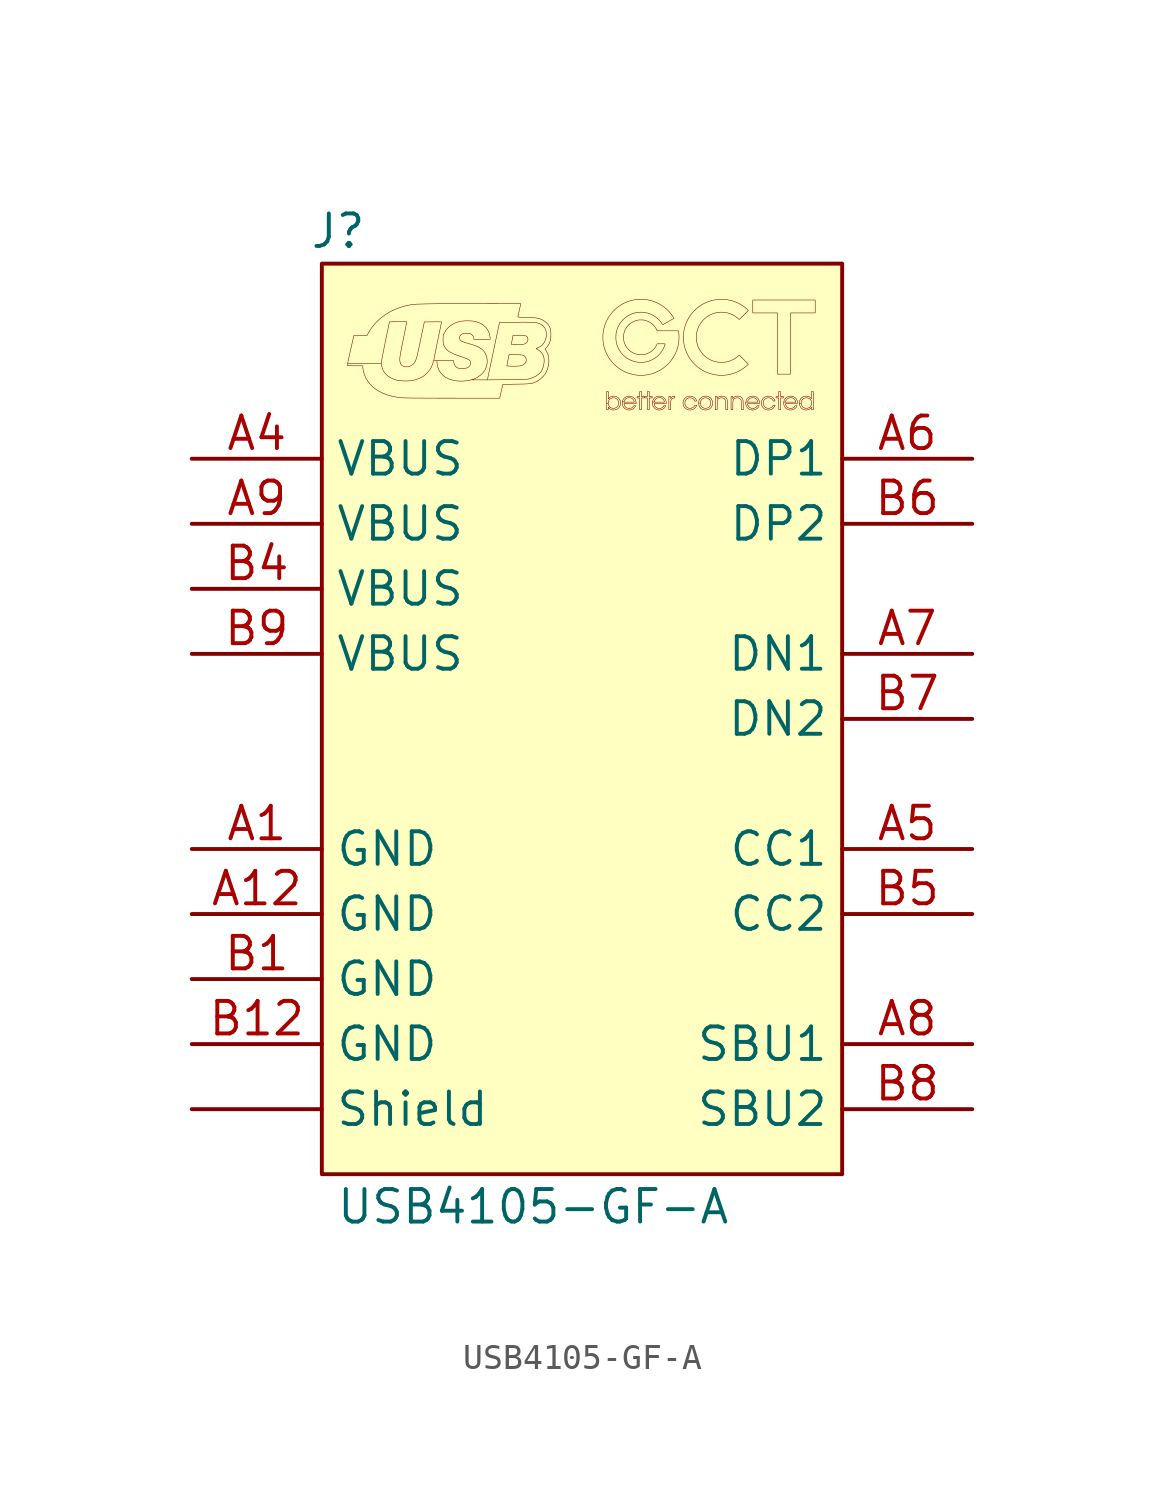
<source format=kicad_sym>
(kicad_symbol_lib
  (version 20241209)
  (generator "kicad_symbol_editor")
  (generator_version "9.0")
  (symbol "USB4105-GF-A"
    (property "Reference" "J"
      (at 0.635 36.83 0)
      (effects (font (size 1.27 1.27))))
    (property "Value" "USB4105-GF-A"
      (at 8.255 -1.27 0)
      (effects (font (size 1.27 1.27))))
    (symbol "USB4105-GF-A_0_0"
      (polyline (pts (xy 6.985 30.48) (xy 6.998 30.537) (xy 7.017 30.62) (xy 7.034 30.695) (xy 7.046 30.75) (xy 7.067 30.843) (xy 7.597 30.853) (xy 7.645 30.853) (xy 7.789 30.856) (xy 7.907 30.859) (xy 8.003 30.863) (xy 8.081 30.869) (xy 8.145 30.876) (xy 8.199 30.885) (xy 8.247 30.898) (xy 8.293 30.914) (xy 8.341 30.934) (xy 8.395 30.959) (xy 8.467 31.001) (xy 8.556 31.07) (xy 8.641 31.152) (xy 8.714 31.24) (xy 8.765 31.325) (xy 8.822 31.468) (xy 8.856 31.616) (xy 8.868 31.763) (xy 8.858 31.903) (xy 8.824 32.031) (xy 8.768 32.143) (xy 8.715 32.224) (xy 8.777 32.288) (xy 8.82 32.339) (xy 8.882 32.437) (xy 8.922 32.548) (xy 8.942 32.677) (xy 8.945 32.827) (xy 8.942 32.875) (xy 8.937 32.945) (xy 8.929 32.998) (xy 8.915 33.043) (xy 8.896 33.088) (xy 8.868 33.137) (xy 8.802 33.221) (xy 8.72 33.296) (xy 8.634 33.353) (xy 8.605 33.367) (xy 8.545 33.394) (xy 8.485 33.414) (xy 8.421 33.43) (xy 8.345 33.441) (xy 8.255 33.449) (xy 8.143 33.454) (xy 8.005 33.458) (xy 7.955 33.459) (xy 7.852 33.461) (xy 7.775 33.464) (xy 7.721 33.467) (xy 7.685 33.471) (xy 7.665 33.476) (xy 7.657 33.482) (xy 7.657 33.491) (xy 7.658 33.497) (xy 7.666 33.532) (xy 7.679 33.589) (xy 7.695 33.661) (xy 7.713 33.743) (xy 7.721 33.778) (xy 7.738 33.856) (xy 7.753 33.922) (xy 7.763 33.969) (xy 7.769 33.992) (xy 7.765 33.993) (xy 7.735 33.997) (xy 7.676 33.999) (xy 7.593 34.002) (xy 7.485 34.004) (xy 7.356 34.005) (xy 7.209 34.007) (xy 7.044 34.007) (xy 6.865 34.008) (xy 6.673 34.008) (xy 6.47 34.008) (xy 6.26 34.007) (xy 6.043 34.007) (xy 5.823 34.006) (xy 5.602 34.004) (xy 5.38 34.003) (xy 5.162 34.001) (xy 4.949 33.999) (xy 4.743 33.997) (xy 4.546 33.994) (xy 4.361 33.991) (xy 4.189 33.989) (xy 4.034 33.986) (xy 3.896 33.982) (xy 3.779 33.979) (xy 3.684 33.975) (xy 3.614 33.972) (xy 3.571 33.968) (xy 3.459 33.951) (xy 3.193 33.892) (xy 2.94 33.808) (xy 2.703 33.701) (xy 2.484 33.572) (xy 2.284 33.421) (xy 2.106 33.251) (xy 1.95 33.062) (xy 1.819 32.856) (xy 1.766 32.759) (xy 1.508 32.755) (xy 1.25 32.75) (xy 1.121 32.18) (xy 1.119 32.169) (xy 1.09 32.04) (xy 1.063 31.921) (xy 1.04 31.815) (xy 1.02 31.725) (xy 1.008 31.669) (xy 2.32 31.669) (xy 2.32 31.673) (xy 2.325 31.706) (xy 2.335 31.767) (xy 2.35 31.851) (xy 2.369 31.955) (xy 2.393 32.077) (xy 2.42 32.212) (xy 2.449 32.358) (xy 2.48 32.512) (xy 2.641 33.289) (xy 2.981 33.29) (xy 3.321 33.29) (xy 3.313 33.254) (xy 3.311 33.244) (xy 3.303 33.205) (xy 3.289 33.14) (xy 3.272 33.054) (xy 3.25 32.949) (xy 3.226 32.828) (xy 3.199 32.696) (xy 3.171 32.555) (xy 3.147 32.438) (xy 3.118 32.293) (xy 3.095 32.174) (xy 3.077 32.076) (xy 3.063 31.998) (xy 3.054 31.935) (xy 3.047 31.885) (xy 3.044 31.845) (xy 3.044 31.812) (xy 3.045 31.782) (xy 3.049 31.745) (xy 3.073 31.657) (xy 3.116 31.593) (xy 3.18 31.55) (xy 3.266 31.529) (xy 3.281 31.528) (xy 3.381 31.532) (xy 3.471 31.564) (xy 3.555 31.626) (xy 3.561 31.631) (xy 3.589 31.66) (xy 3.615 31.691) (xy 3.638 31.726) (xy 3.659 31.768) (xy 3.679 31.821) (xy 3.7 31.887) (xy 3.723 31.969) (xy 3.747 32.07) (xy 3.774 32.193) (xy 3.806 32.34) (xy 3.843 32.516) (xy 3.855 32.578) (xy 3.884 32.714) (xy 3.91 32.842) (xy 3.934 32.957) (xy 3.955 33.056) (xy 3.971 33.135) (xy 3.983 33.191) (xy 3.989 33.219) (xy 4.002 33.282) (xy 4.343 33.286) (xy 4.41 33.287) (xy 4.506 33.288) (xy 4.575 33.287) (xy 4.623 33.286) (xy 4.654 33.283) (xy 4.67 33.278) (xy 4.676 33.272) (xy 4.675 33.263) (xy 4.673 33.259) (xy 4.666 33.227) (xy 4.653 33.169) (xy 4.636 33.09) (xy 4.616 32.992) (xy 4.592 32.881) (xy 4.567 32.76) (xy 4.541 32.634) (xy 4.515 32.505) (xy 4.489 32.379) (xy 4.465 32.259) (xy 4.442 32.149) (xy 4.423 32.053) (xy 4.408 31.976) (xy 4.398 31.92) (xy 4.393 31.891) (xy 4.386 31.85) (xy 4.367 31.773) (xy 4.493 31.773) (xy 4.819 31.773) (xy 5.146 31.773) (xy 5.156 31.697) (xy 5.173 31.622) (xy 5.216 31.548) (xy 5.28 31.496) (xy 5.367 31.466) (xy 5.476 31.456) (xy 5.485 31.456) (xy 5.595 31.467) (xy 5.684 31.495) (xy 5.751 31.538) (xy 5.792 31.596) (xy 5.806 31.666) (xy 5.806 31.676) (xy 5.801 31.723) (xy 5.79 31.758) (xy 5.782 31.77) (xy 5.75 31.799) (xy 5.697 31.83) (xy 5.622 31.863) (xy 5.521 31.901) (xy 5.392 31.945) (xy 5.286 31.981) (xy 5.149 32.034) (xy 5.037 32.087) (xy 4.947 32.144) (xy 4.876 32.205) (xy 4.82 32.274) (xy 4.776 32.352) (xy 4.765 32.375) (xy 4.75 32.417) (xy 4.741 32.462) (xy 4.736 32.518) (xy 4.735 32.595) (xy 4.735 32.607) (xy 4.736 32.677) (xy 4.74 32.728) (xy 4.75 32.77) (xy 4.767 32.814) (xy 4.794 32.871) (xy 4.854 32.969) (xy 4.952 33.08) (xy 5.073 33.173) (xy 5.216 33.247) (xy 5.377 33.3) (xy 5.378 33.3) (xy 5.464 33.315) (xy 5.571 33.324) (xy 5.687 33.327) (xy 5.804 33.324) (xy 5.91 33.315) (xy 5.996 33.3) (xy 6.029 33.292) (xy 6.174 33.238) (xy 6.299 33.163) (xy 6.404 33.071) (xy 6.484 32.962) (xy 6.539 32.841) (xy 6.567 32.707) (xy 6.577 32.602) (xy 6.254 32.602) (xy 5.931 32.602) (xy 5.931 32.645) (xy 5.927 32.68) (xy 5.897 32.746) (xy 5.839 32.801) (xy 5.815 32.815) (xy 5.779 32.828) (xy 5.732 32.835) (xy 5.664 32.836) (xy 5.657 32.836) (xy 5.592 32.834) (xy 5.535 32.828) (xy 5.498 32.82) (xy 5.433 32.782) (xy 5.391 32.733) (xy 5.373 32.676) (xy 5.379 32.619) (xy 5.41 32.566) (xy 5.468 32.525) (xy 5.478 32.52) (xy 5.526 32.502) (xy 5.593 32.48) (xy 5.673 32.455) (xy 5.759 32.429) (xy 5.796 32.419) (xy 5.943 32.373) (xy 6.063 32.326) (xy 6.161 32.278) (xy 6.24 32.225) (xy 6.304 32.166) (xy 6.358 32.098) (xy 6.383 32.058) (xy 6.434 31.939) (xy 6.458 31.81) (xy 6.457 31.677) (xy 6.429 31.545) (xy 6.376 31.419) (xy 6.298 31.303) (xy 6.203 31.209) (xy 6.074 31.118) (xy 5.926 31.048) (xy 5.832 31.021) (xy 6.466 31.021) (xy 6.527 31.315) (xy 6.53 31.328) (xy 6.547 31.408) (xy 6.569 31.513) (xy 6.596 31.639) (xy 6.626 31.782) (xy 6.659 31.937) (xy 6.693 32.102) (xy 6.729 32.27) (xy 6.764 32.438) (xy 6.94 33.266) (xy 7.612 33.27) (xy 7.702 33.271) (xy 7.867 33.272) (xy 8.005 33.271) (xy 8.12 33.27) (xy 8.215 33.267) (xy 8.292 33.262) (xy 8.355 33.255) (xy 8.408 33.246) (xy 8.452 33.234) (xy 8.492 33.219) (xy 8.531 33.2) (xy 8.571 33.178) (xy 8.639 33.128) (xy 8.707 33.047) (xy 8.751 32.947) (xy 8.771 32.834) (xy 8.764 32.711) (xy 8.76 32.687) (xy 8.723 32.556) (xy 8.662 32.446) (xy 8.578 32.356) (xy 8.47 32.288) (xy 8.369 32.238) (xy 8.445 32.194) (xy 8.463 32.183) (xy 8.547 32.117) (xy 8.614 32.035) (xy 8.658 31.949) (xy 8.68 31.846) (xy 8.682 31.727) (xy 8.666 31.604) (xy 8.632 31.484) (xy 8.583 31.377) (xy 8.558 31.339) (xy 8.476 31.251) (xy 8.37 31.173) (xy 8.244 31.108) (xy 8.102 31.06) (xy 8.099 31.059) (xy 8.072 31.053) (xy 8.039 31.048) (xy 7.997 31.044) (xy 7.945 31.04) (xy 7.878 31.037) (xy 7.795 31.035) (xy 7.691 31.032) (xy 7.565 31.03) (xy 7.414 31.029) (xy 7.234 31.027) (xy 6.466 31.021) (xy 5.832 31.021) (xy 5.762 31.001) (xy 5.661 30.984) (xy 5.481 30.97) (xy 5.303 30.977) (xy 5.133 31.003) (xy 4.977 31.048) (xy 4.841 31.112) (xy 4.793 31.144) (xy 4.706 31.221) (xy 4.629 31.311) (xy 4.572 31.405) (xy 4.546 31.469) (xy 4.519 31.561) (xy 4.5 31.656) (xy 4.493 31.738) (xy 4.493 31.773) (xy 4.367 31.773) (xy 4.361 31.749) (xy 4.327 31.642) (xy 4.287 31.542) (xy 4.245 31.46) (xy 4.218 31.419) (xy 4.142 31.323) (xy 4.055 31.234) (xy 3.966 31.162) (xy 3.939 31.145) (xy 3.854 31.101) (xy 3.753 31.059) (xy 3.647 31.024) (xy 3.545 30.999) (xy 3.497 30.991) (xy 3.392 30.982) (xy 3.275 30.978) (xy 3.155 30.98) (xy 3.044 30.988) (xy 2.953 31.002) (xy 2.836 31.035) (xy 2.705 31.092) (xy 2.589 31.166) (xy 2.491 31.252) (xy 2.419 31.348) (xy 2.418 31.349) (xy 2.381 31.425) (xy 2.35 31.512) (xy 2.328 31.597) (xy 2.32 31.669) (xy 1.008 31.669) (xy 1.005 31.655) (xy 0.996 31.609) (xy 0.992 31.59) (xy 0.995 31.585) (xy 1.011 31.579) (xy 1.047 31.575) (xy 1.104 31.572) (xy 1.186 31.571) (xy 1.297 31.57) (xy 1.601 31.57) (xy 1.601 31.51) (xy 1.606 31.453) (xy 1.623 31.366) (xy 1.65 31.27) (xy 1.683 31.175) (xy 1.72 31.09) (xy 1.757 31.024) (xy 1.865 30.872) (xy 1.998 30.736) (xy 2.156 30.618) (xy 2.339 30.518) (xy 2.545 30.436) (xy 2.773 30.373) (xy 3.024 30.329) (xy 3.038 30.327) (xy 3.073 30.324) (xy 3.119 30.321) (xy 3.178 30.319) (xy 3.249 30.316) (xy 3.336 30.314) (xy 3.44 30.312) (xy 3.562 30.311) (xy 3.704 30.31) (xy 3.868 30.309) (xy 4.054 30.308) (xy 4.266 30.307) (xy 4.504 30.306) (xy 4.77 30.306) (xy 5.066 30.306) (xy 6.945 30.304) (xy 6.985 30.48)) (stroke (width 0.01) (type default)) (fill (type color) (color 0 0 0 1)))
      (polyline (pts (xy 7.525 31.554) (xy 7.606 31.556) (xy 7.68 31.56) (xy 7.742 31.565) (xy 7.786 31.573) (xy 7.812 31.581) (xy 7.874 31.613) (xy 7.927 31.657) (xy 7.965 31.705) (xy 7.98 31.752) (xy 7.979 31.828) (xy 7.964 31.89) (xy 7.932 31.936) (xy 7.881 31.972) (xy 7.876 31.974) (xy 7.847 31.984) (xy 7.808 31.992) (xy 7.752 31.997) (xy 7.674 32.002) (xy 7.571 32.005) (xy 7.312 32.011) (xy 7.27 31.802) (xy 7.266 31.783) (xy 7.251 31.707) (xy 7.239 31.642) (xy 7.231 31.596) (xy 7.228 31.574) (xy 7.23 31.571) (xy 7.255 31.564) (xy 7.303 31.559) (xy 7.367 31.556) (xy 7.444 31.554) (xy 7.525 31.554)) (stroke (width 0.01) (type default)) (fill (type color) (color 0 0 0 1)))
      (polyline (pts (xy 7.659 32.4) (xy 7.734 32.402) (xy 7.803 32.405) (xy 7.857 32.41) (xy 7.893 32.416) (xy 7.935 32.431) (xy 7.998 32.474) (xy 8.037 32.531) (xy 8.051 32.598) (xy 8.036 32.669) (xy 8.03 32.681) (xy 8.011 32.709) (xy 7.983 32.73) (xy 7.941 32.744) (xy 7.881 32.753) (xy 7.798 32.757) (xy 7.689 32.758) (xy 7.467 32.758) (xy 7.434 32.59) (xy 7.423 32.533) (xy 7.411 32.473) (xy 7.403 32.43) (xy 7.4 32.41) (xy 7.4 32.41) (xy 7.415 32.405) (xy 7.455 32.401) (xy 7.513 32.399) (xy 7.583 32.399) (xy 7.659 32.4)) (stroke (width 0.01) (type default)) (fill (type color) (color 0 0 0 1)))
      (polyline (pts (xy 11.43 29.845) (xy 11.472 29.853) (xy 11.512 29.867) (xy 11.547 29.886) (xy 11.581 29.913) (xy 11.61 29.946) (xy 11.632 29.983) (xy 11.649 30.024) (xy 11.659 30.066) (xy 11.663 30.11) (xy 11.661 30.153) (xy 11.652 30.196) (xy 11.637 30.237) (xy 11.615 30.275) (xy 11.586 30.309) (xy 11.566 30.328) (xy 11.53 30.353) (xy 11.49 30.371) (xy 11.447 30.382) (xy 11.399 30.385) (xy 11.397 30.385) (xy 11.351 30.381) (xy 11.309 30.37) (xy 11.27 30.352) (xy 11.235 30.325) (xy 11.202 30.291) (xy 11.186 30.272) (xy 11.186 30.419) (xy 11.186 30.566) (xy 11.152 30.566) (xy 11.118 30.566) (xy 11.118 30.21) (xy 11.118 30.103) (xy 11.184 30.103) (xy 11.186 30.144) (xy 11.192 30.175) (xy 11.203 30.205) (xy 11.219 30.233) (xy 11.242 30.26) (xy 11.245 30.263) (xy 11.276 30.288) (xy 11.309 30.306) (xy 11.347 30.317) (xy 11.389 30.32) (xy 11.405 30.32) (xy 11.445 30.313) (xy 11.481 30.299) (xy 11.513 30.279) (xy 11.541 30.253) (xy 11.563 30.223) (xy 11.579 30.189) (xy 11.589 30.151) (xy 11.592 30.111) (xy 11.587 30.07) (xy 11.581 30.047) (xy 11.565 30.011) (xy 11.542 29.978) (xy 11.514 29.951) (xy 11.48 29.93) (xy 11.443 29.916) (xy 11.443 29.916) (xy 11.414 29.911) (xy 11.381 29.91) (xy 11.349 29.913) (xy 11.32 29.92) (xy 11.315 29.922) (xy 11.279 29.939) (xy 11.248 29.963) (xy 11.222 29.992) (xy 11.203 30.026) (xy 11.19 30.063) (xy 11.184 30.103) (xy 11.118 30.103) (xy 11.118 29.854) (xy 11.151 29.855) (xy 11.184 29.857) (xy 11.185 29.907) (xy 11.186 29.957) (xy 11.204 29.932) (xy 11.22 29.914) (xy 11.251 29.887) (xy 11.288 29.866) (xy 11.331 29.85) (xy 11.348 29.846) (xy 11.388 29.843) (xy 11.43 29.845)) (stroke (width 0.01) (type default)) (fill (type color) (color 0 0 0 1)))
      (polyline (pts (xy 12.029 29.845) (xy 12.059 29.849) (xy 12.085 29.855) (xy 12.121 29.869) (xy 12.161 29.892) (xy 12.195 29.922) (xy 12.207 29.935) (xy 12.22 29.952) (xy 12.233 29.969) (xy 12.243 29.985) (xy 12.25 29.997) (xy 12.252 30.006) (xy 12.252 30.007) (xy 12.247 30.009) (xy 12.236 30.011) (xy 12.217 30.011) (xy 12.181 30.011) (xy 12.171 29.993) (xy 12.17 29.991) (xy 12.156 29.974) (xy 12.139 29.955) (xy 12.12 29.939) (xy 12.102 29.927) (xy 12.069 29.914) (xy 12.029 29.906) (xy 11.989 29.905) (xy 11.948 29.912) (xy 11.911 29.925) (xy 11.903 29.929) (xy 11.883 29.943) (xy 11.863 29.96) (xy 11.844 29.978) (xy 11.831 29.995) (xy 11.829 29.998) (xy 11.819 30.018) (xy 11.811 30.04) (xy 11.806 30.061) (xy 11.804 30.079) (xy 11.804 30.096) (xy 12.039 30.096) (xy 12.274 30.096) (xy 12.274 30.122) (xy 12.274 30.124) (xy 12.269 30.168) (xy 12.257 30.211) (xy 12.238 30.252) (xy 12.213 30.288) (xy 12.183 30.32) (xy 12.148 30.347) (xy 12.109 30.366) (xy 12.07 30.379) (xy 12.023 30.386) (xy 11.976 30.386) (xy 11.931 30.378) (xy 11.887 30.361) (xy 11.847 30.337) (xy 11.81 30.306) (xy 11.785 30.278) (xy 11.761 30.242) (xy 11.745 30.203) (xy 11.735 30.161) (xy 11.804 30.161) (xy 11.804 30.167) (xy 11.808 30.182) (xy 11.814 30.201) (xy 11.822 30.219) (xy 11.83 30.234) (xy 11.842 30.25) (xy 11.861 30.269) (xy 11.881 30.287) (xy 11.901 30.3) (xy 11.928 30.313) (xy 11.966 30.322) (xy 12.004 30.325) (xy 12.043 30.321) (xy 12.08 30.311) (xy 12.113 30.295) (xy 12.133 30.279) (xy 12.157 30.255) (xy 12.177 30.227) (xy 12.192 30.198) (xy 12.2 30.169) (xy 12.203 30.151) (xy 12.003 30.151) (xy 11.804 30.151) (xy 11.804 30.161) (xy 11.735 30.161) (xy 11.735 30.16) (xy 11.732 30.113) (xy 11.735 30.07) (xy 11.745 30.024) (xy 11.763 29.982) (xy 11.787 29.945) (xy 11.818 29.912) (xy 11.854 29.884) (xy 11.895 29.863) (xy 11.941 29.848) (xy 11.942 29.848) (xy 11.967 29.844) (xy 11.997 29.843) (xy 12.029 29.845)) (stroke (width 0.01) (type default)) (fill (type color) (color 0 0 0 1)))
      (polyline (pts (xy 12.448 29.855) (xy 12.483 29.857) (xy 12.484 30.086) (xy 12.485 30.316) (xy 12.54 30.316) (xy 12.595 30.316) (xy 12.595 30.344) (xy 12.595 30.371) (xy 12.54 30.371) (xy 12.485 30.371) (xy 12.485 30.468) (xy 12.485 30.566) (xy 12.449 30.566) (xy 12.413 30.566) (xy 12.413 30.468) (xy 12.413 30.371) (xy 12.363 30.371) (xy 12.312 30.371) (xy 12.312 30.344) (xy 12.312 30.316) (xy 12.363 30.316) (xy 12.413 30.316) (xy 12.413 30.085) (xy 12.413 29.854) (xy 12.448 29.855)) (stroke (width 0.01) (type default)) (fill (type color) (color 0 0 0 1)))
      (polyline (pts (xy 12.786 30.085) (xy 12.786 30.316) (xy 12.843 30.316) (xy 12.9 30.316) (xy 12.9 30.344) (xy 12.9 30.371) (xy 12.843 30.371) (xy 12.786 30.371) (xy 12.786 30.468) (xy 12.786 30.566) (xy 12.75 30.566) (xy 12.714 30.566) (xy 12.714 30.468) (xy 12.714 30.371) (xy 12.663 30.371) (xy 12.612 30.371) (xy 12.612 30.344) (xy 12.612 30.316) (xy 12.663 30.316) (xy 12.714 30.316) (xy 12.714 30.088) (xy 12.714 30.066) (xy 12.714 30.024) (xy 12.714 29.985) (xy 12.714 29.95) (xy 12.715 29.919) (xy 12.715 29.894) (xy 12.716 29.874) (xy 12.716 29.862) (xy 12.717 29.857) (xy 12.717 29.857) (xy 12.724 29.856) (xy 12.737 29.855) (xy 12.753 29.855) (xy 12.786 29.855) (xy 12.786 30.085)) (stroke (width 0.01) (type default)) (fill (type color) (color 0 0 0 1)))
      (polyline (pts (xy 13.216 29.845) (xy 13.241 29.848) (xy 13.251 29.851) (xy 13.292 29.865) (xy 13.331 29.887) (xy 13.365 29.914) (xy 13.395 29.946) (xy 13.418 29.981) (xy 13.434 30.011) (xy 13.397 30.011) (xy 13.359 30.011) (xy 13.351 29.996) (xy 13.341 29.98) (xy 13.32 29.958) (xy 13.296 29.939) (xy 13.269 29.923) (xy 13.257 29.917) (xy 13.243 29.912) (xy 13.23 29.909) (xy 13.215 29.907) (xy 13.194 29.906) (xy 13.183 29.906) (xy 13.142 29.909) (xy 13.106 29.918) (xy 13.073 29.934) (xy 13.042 29.957) (xy 13.028 29.972) (xy 13.009 29.998) (xy 12.994 30.027) (xy 12.984 30.056) (xy 12.981 30.084) (xy 12.981 30.096) (xy 13.216 30.096) (xy 13.45 30.096) (xy 13.45 30.127) (xy 13.45 30.127) (xy 13.446 30.172) (xy 13.434 30.215) (xy 13.415 30.256) (xy 13.389 30.293) (xy 13.358 30.325) (xy 13.321 30.35) (xy 13.31 30.357) (xy 13.272 30.372) (xy 13.23 30.382) (xy 13.184 30.385) (xy 13.177 30.385) (xy 13.154 30.385) (xy 13.136 30.384) (xy 13.12 30.381) (xy 13.103 30.376) (xy 13.078 30.367) (xy 13.046 30.352) (xy 13.017 30.333) (xy 12.989 30.308) (xy 12.97 30.287) (xy 12.944 30.249) (xy 12.925 30.208) (xy 12.914 30.165) (xy 12.913 30.157) (xy 12.981 30.157) (xy 12.982 30.163) (xy 12.985 30.175) (xy 12.989 30.19) (xy 12.99 30.192) (xy 13.005 30.228) (xy 13.028 30.259) (xy 13.058 30.285) (xy 13.094 30.307) (xy 13.097 30.308) (xy 13.11 30.314) (xy 13.12 30.318) (xy 13.131 30.321) (xy 13.143 30.322) (xy 13.159 30.322) (xy 13.182 30.322) (xy 13.237 30.322) (xy 13.269 30.306) (xy 13.28 30.301) (xy 13.308 30.281) (xy 13.334 30.256) (xy 13.354 30.229) (xy 13.369 30.199) (xy 13.377 30.17) (xy 13.38 30.151) (xy 13.18 30.151) (xy 13.141 30.151) (xy 13.1 30.151) (xy 13.067 30.151) (xy 13.04 30.152) (xy 13.019 30.152) (xy 13.003 30.153) (xy 12.992 30.153) (xy 12.985 30.154) (xy 12.982 30.155) (xy 12.981 30.157) (xy 12.913 30.157) (xy 12.909 30.121) (xy 12.911 30.077) (xy 12.921 30.033) (xy 12.937 29.991) (xy 12.961 29.951) (xy 12.992 29.916) (xy 12.992 29.916) (xy 13.023 29.89) (xy 13.059 29.869) (xy 13.097 29.854) (xy 13.135 29.845) (xy 13.159 29.843) (xy 13.188 29.843) (xy 13.216 29.845)) (stroke (width 0.01) (type default)) (fill (type color) (color 0 0 0 1)))
      (polyline (pts (xy 13.621 30.019) (xy 13.621 30.049) (xy 13.622 30.087) (xy 13.623 30.118) (xy 13.623 30.143) (xy 13.624 30.163) (xy 13.625 30.178) (xy 13.627 30.191) (xy 13.628 30.2) (xy 13.63 30.208) (xy 13.635 30.223) (xy 13.65 30.254) (xy 13.669 30.278) (xy 13.695 30.297) (xy 13.726 30.309) (xy 13.734 30.311) (xy 13.752 30.315) (xy 13.767 30.316) (xy 13.785 30.316) (xy 13.785 30.352) (xy 13.785 30.368) (xy 13.784 30.38) (xy 13.781 30.386) (xy 13.774 30.388) (xy 13.761 30.386) (xy 13.742 30.382) (xy 13.717 30.375) (xy 13.685 30.361) (xy 13.659 30.342) (xy 13.636 30.316) (xy 13.62 30.294) (xy 13.62 30.332) (xy 13.62 30.371) (xy 13.586 30.371) (xy 13.552 30.371) (xy 13.552 30.113) (xy 13.552 29.855) (xy 13.586 29.855) (xy 13.619 29.855) (xy 13.621 30.019)) (stroke (width 0.01) (type default)) (fill (type color) (color 0 0 0 1)))
      (polyline (pts (xy 14.404 29.843) (xy 14.449 29.851) (xy 14.492 29.866) (xy 14.532 29.887) (xy 14.568 29.915) (xy 14.598 29.948) (xy 14.605 29.957) (xy 14.615 29.973) (xy 14.624 29.99) (xy 14.632 30.006) (xy 14.638 30.02) (xy 14.64 30.028) (xy 14.64 30.029) (xy 14.635 30.031) (xy 14.622 30.032) (xy 14.604 30.032) (xy 14.569 30.032) (xy 14.555 30.007) (xy 14.535 29.978) (xy 14.508 29.952) (xy 14.474 29.931) (xy 14.435 29.916) (xy 14.418 29.912) (xy 14.389 29.91) (xy 14.359 29.911) (xy 14.329 29.915) (xy 14.305 29.922) (xy 14.3 29.924) (xy 14.265 29.943) (xy 14.235 29.968) (xy 14.211 29.998) (xy 14.193 30.034) (xy 14.182 30.073) (xy 14.178 30.115) (xy 14.179 30.141) (xy 14.188 30.182) (xy 14.203 30.219) (xy 14.225 30.252) (xy 14.254 30.279) (xy 14.289 30.301) (xy 14.301 30.307) (xy 14.336 30.317) (xy 14.373 30.32) (xy 14.411 30.318) (xy 14.447 30.31) (xy 14.48 30.296) (xy 14.482 30.295) (xy 14.504 30.28) (xy 14.525 30.26) (xy 14.544 30.238) (xy 14.558 30.216) (xy 14.569 30.193) (xy 14.605 30.193) (xy 14.618 30.193) (xy 14.631 30.194) (xy 14.638 30.196) (xy 14.64 30.199) (xy 14.64 30.201) (xy 14.636 30.211) (xy 14.63 30.224) (xy 14.623 30.24) (xy 14.6 30.277) (xy 14.57 30.311) (xy 14.534 30.34) (xy 14.494 30.362) (xy 14.45 30.378) (xy 14.424 30.383) (xy 14.394 30.385) (xy 14.362 30.385) (xy 14.331 30.383) (xy 14.306 30.378) (xy 14.3 30.376) (xy 14.255 30.359) (xy 14.216 30.335) (xy 14.181 30.305) (xy 14.152 30.269) (xy 14.129 30.228) (xy 14.113 30.183) (xy 14.11 30.166) (xy 14.107 30.135) (xy 14.107 30.102) (xy 14.11 30.069) (xy 14.115 30.041) (xy 14.119 30.028) (xy 14.138 29.984) (xy 14.163 29.945) (xy 14.194 29.911) (xy 14.231 29.884) (xy 14.273 29.863) (xy 14.32 29.848) (xy 14.358 29.843) (xy 14.404 29.843)) (stroke (width 0.01) (type default)) (fill (type color) (color 0 0 0 1)))
      (polyline (pts (xy 15 29.844) (xy 15.033 29.847) (xy 15.061 29.852) (xy 15.074 29.856) (xy 15.116 29.873) (xy 15.155 29.898) (xy 15.188 29.928) (xy 15.216 29.964) (xy 15.238 30.004) (xy 15.252 30.047) (xy 15.256 30.071) (xy 15.258 30.1) (xy 15.258 30.131) (xy 15.256 30.159) (xy 15.252 30.183) (xy 15.239 30.221) (xy 15.218 30.263) (xy 15.19 30.299) (xy 15.156 30.33) (xy 15.117 30.355) (xy 15.074 30.373) (xy 15.026 30.384) (xy 15.005 30.386) (xy 14.957 30.386) (xy 14.911 30.378) (xy 14.868 30.362) (xy 14.827 30.338) (xy 14.79 30.306) (xy 14.762 30.273) (xy 14.738 30.235) (xy 14.723 30.194) (xy 14.714 30.149) (xy 14.713 30.115) (xy 14.783 30.115) (xy 14.785 30.144) (xy 14.794 30.184) (xy 14.81 30.221) (xy 14.833 30.252) (xy 14.861 30.279) (xy 14.896 30.3) (xy 14.935 30.314) (xy 14.937 30.314) (xy 14.977 30.32) (xy 15.017 30.318) (xy 15.056 30.308) (xy 15.092 30.29) (xy 15.125 30.264) (xy 15.139 30.25) (xy 15.159 30.223) (xy 15.174 30.191) (xy 15.185 30.153) (xy 15.188 30.129) (xy 15.188 30.089) (xy 15.179 30.051) (xy 15.164 30.015) (xy 15.143 29.983) (xy 15.116 29.956) (xy 15.084 29.934) (xy 15.048 29.918) (xy 15.044 29.917) (xy 15.015 29.912) (xy 14.982 29.91) (xy 14.951 29.912) (xy 14.923 29.918) (xy 14.907 29.924) (xy 14.871 29.943) (xy 14.841 29.968) (xy 14.816 29.998) (xy 14.798 30.033) (xy 14.787 30.072) (xy 14.783 30.115) (xy 14.713 30.115) (xy 14.713 30.1) (xy 14.717 30.064) (xy 14.729 30.018) (xy 14.748 29.976) (xy 14.773 29.939) (xy 14.804 29.907) (xy 14.841 29.881) (xy 14.883 29.861) (xy 14.93 29.848) (xy 14.937 29.847) (xy 14.967 29.844) (xy 15 29.844)) (stroke (width 0.01) (type default)) (fill (type color) (color 0 0 0 1)))
      (polyline (pts (xy 15.403 29.855) (xy 15.438 29.857) (xy 15.44 30.03) (xy 15.441 30.057) (xy 15.441 30.097) (xy 15.442 30.13) (xy 15.443 30.157) (xy 15.444 30.179) (xy 15.445 30.196) (xy 15.447 30.21) (xy 15.45 30.221) (xy 15.453 30.23) (xy 15.457 30.239) (xy 15.462 30.247) (xy 15.468 30.256) (xy 15.469 30.258) (xy 15.49 30.282) (xy 15.518 30.3) (xy 15.55 30.312) (xy 15.586 30.319) (xy 15.626 30.319) (xy 15.642 30.318) (xy 15.677 30.309) (xy 15.706 30.294) (xy 15.731 30.272) (xy 15.75 30.243) (xy 15.752 30.239) (xy 15.757 30.228) (xy 15.761 30.218) (xy 15.764 30.206) (xy 15.767 30.192) (xy 15.768 30.176) (xy 15.77 30.155) (xy 15.771 30.13) (xy 15.772 30.099) (xy 15.773 30.062) (xy 15.773 30.017) (xy 15.776 29.855) (xy 15.809 29.855) (xy 15.843 29.855) (xy 15.841 30.036) (xy 15.841 30.075) (xy 15.841 30.113) (xy 15.84 30.144) (xy 15.839 30.169) (xy 15.839 30.189) (xy 15.838 30.204) (xy 15.837 30.216) (xy 15.836 30.226) (xy 15.834 30.233) (xy 15.832 30.24) (xy 15.827 30.254) (xy 15.809 30.292) (xy 15.786 30.324) (xy 15.758 30.349) (xy 15.724 30.367) (xy 15.685 30.38) (xy 15.64 30.386) (xy 15.616 30.387) (xy 15.573 30.382) (xy 15.533 30.371) (xy 15.497 30.352) (xy 15.466 30.327) (xy 15.439 30.295) (xy 15.438 30.293) (xy 15.435 30.29) (xy 15.434 30.291) (xy 15.433 30.296) (xy 15.434 30.308) (xy 15.435 30.328) (xy 15.437 30.371) (xy 15.403 30.371) (xy 15.368 30.371) (xy 15.368 30.113) (xy 15.368 29.854) (xy 15.403 29.855)) (stroke (width 0.01) (type default)) (fill (type color) (color 0 0 0 1)))
      (polyline (pts (xy 16.455 30.033) (xy 16.455 30.035) (xy 16.455 30.08) (xy 16.454 30.117) (xy 16.453 30.148) (xy 16.453 30.173) (xy 16.452 30.192) (xy 16.451 30.208) (xy 16.45 30.219) (xy 16.448 30.228) (xy 16.447 30.235) (xy 16.443 30.245) (xy 16.426 30.285) (xy 16.403 30.319) (xy 16.375 30.345) (xy 16.342 30.365) (xy 16.303 30.379) (xy 16.259 30.386) (xy 16.223 30.387) (xy 16.183 30.382) (xy 16.145 30.371) (xy 16.111 30.354) (xy 16.083 30.332) (xy 16.061 30.306) (xy 16.048 30.285) (xy 16.047 30.328) (xy 16.045 30.371) (xy 16.014 30.371) (xy 15.982 30.371) (xy 15.982 30.113) (xy 15.982 29.855) (xy 16.016 29.855) (xy 16.049 29.855) (xy 16.051 30.023) (xy 16.051 30.064) (xy 16.052 30.1) (xy 16.052 30.13) (xy 16.053 30.154) (xy 16.054 30.172) (xy 16.055 30.187) (xy 16.056 30.198) (xy 16.058 30.206) (xy 16.059 30.212) (xy 16.073 30.243) (xy 16.094 30.271) (xy 16.121 30.294) (xy 16.153 30.31) (xy 16.153 30.31) (xy 16.173 30.315) (xy 16.198 30.318) (xy 16.225 30.319) (xy 16.252 30.317) (xy 16.275 30.314) (xy 16.293 30.308) (xy 16.317 30.296) (xy 16.338 30.279) (xy 16.355 30.257) (xy 16.357 30.255) (xy 16.363 30.245) (xy 16.368 30.235) (xy 16.372 30.226) (xy 16.375 30.215) (xy 16.378 30.201) (xy 16.379 30.185) (xy 16.381 30.165) (xy 16.382 30.14) (xy 16.383 30.109) (xy 16.383 30.071) (xy 16.384 30.026) (xy 16.386 29.857) (xy 16.422 29.855) (xy 16.457 29.854) (xy 16.455 30.033)) (stroke (width 0.01) (type default)) (fill (type color) (color 0 0 0 1)))
      (polyline (pts (xy 16.853 29.844) (xy 16.899 29.852) (xy 16.942 29.867) (xy 16.982 29.89) (xy 17.017 29.92) (xy 17.023 29.926) (xy 17.038 29.943) (xy 17.051 29.96) (xy 17.06 29.973) (xy 17.069 29.988) (xy 17.075 30) (xy 17.076 30.007) (xy 17.072 30.01) (xy 17.061 30.011) (xy 17.044 30.011) (xy 17.008 30.011) (xy 16.987 29.983) (xy 16.971 29.964) (xy 16.942 29.938) (xy 16.909 29.92) (xy 16.871 29.909) (xy 16.829 29.905) (xy 16.798 29.907) (xy 16.758 29.916) (xy 16.722 29.932) (xy 16.691 29.954) (xy 16.665 29.981) (xy 16.645 30.014) (xy 16.635 30.038) (xy 16.628 30.063) (xy 16.626 30.084) (xy 16.625 30.096) (xy 16.86 30.096) (xy 17.095 30.096) (xy 17.095 30.129) (xy 17.093 30.165) (xy 17.082 30.207) (xy 17.065 30.247) (xy 17.041 30.284) (xy 17.011 30.317) (xy 16.976 30.344) (xy 16.936 30.365) (xy 16.892 30.38) (xy 16.886 30.381) (xy 16.868 30.384) (xy 16.846 30.385) (xy 16.822 30.385) (xy 16.788 30.383) (xy 16.748 30.376) (xy 16.711 30.362) (xy 16.675 30.341) (xy 16.643 30.317) (xy 16.611 30.283) (xy 16.586 30.244) (xy 16.568 30.2) (xy 16.565 30.189) (xy 16.558 30.151) (xy 16.625 30.151) (xy 16.628 30.167) (xy 16.633 30.186) (xy 16.647 30.222) (xy 16.669 30.254) (xy 16.697 30.282) (xy 16.731 30.303) (xy 16.746 30.31) (xy 16.775 30.319) (xy 16.806 30.324) (xy 16.842 30.324) (xy 16.854 30.323) (xy 16.871 30.322) (xy 16.885 30.319) (xy 16.898 30.314) (xy 16.915 30.306) (xy 16.927 30.299) (xy 16.956 30.279) (xy 16.981 30.255) (xy 17.001 30.227) (xy 17.015 30.199) (xy 17.022 30.17) (xy 17.025 30.151) (xy 16.825 30.151) (xy 16.625 30.151) (xy 16.558 30.151) (xy 16.556 30.143) (xy 16.555 30.098) (xy 16.561 30.054) (xy 16.574 30.012) (xy 16.593 29.973) (xy 16.617 29.937) (xy 16.647 29.906) (xy 16.682 29.881) (xy 16.721 29.861) (xy 16.764 29.849) (xy 16.805 29.843) (xy 16.853 29.844)) (stroke (width 0.01) (type default)) (fill (type color) (color 0 0 0 1)))
      (polyline (pts (xy 17.467 29.843) (xy 17.513 29.852) (xy 17.557 29.868) (xy 17.597 29.891) (xy 17.633 29.922) (xy 17.652 29.943) (xy 17.672 29.97) (xy 17.688 29.997) (xy 17.698 30.023) (xy 17.7 30.027) (xy 17.698 30.03) (xy 17.693 30.032) (xy 17.683 30.032) (xy 17.666 30.032) (xy 17.63 30.032) (xy 17.616 30.008) (xy 17.613 30.003) (xy 17.593 29.976) (xy 17.568 29.952) (xy 17.541 29.934) (xy 17.537 29.932) (xy 17.5 29.917) (xy 17.46 29.91) (xy 17.419 29.911) (xy 17.379 29.918) (xy 17.341 29.933) (xy 17.332 29.938) (xy 17.302 29.96) (xy 17.277 29.988) (xy 17.258 30.019) (xy 17.245 30.053) (xy 17.238 30.09) (xy 17.236 30.127) (xy 17.242 30.164) (xy 17.253 30.2) (xy 17.271 30.233) (xy 17.296 30.263) (xy 17.322 30.285) (xy 17.355 30.304) (xy 17.388 30.316) (xy 17.395 30.317) (xy 17.419 30.32) (xy 17.445 30.32) (xy 17.471 30.318) (xy 17.492 30.314) (xy 17.508 30.309) (xy 17.542 30.293) (xy 17.572 30.271) (xy 17.598 30.245) (xy 17.618 30.215) (xy 17.629 30.193) (xy 17.665 30.193) (xy 17.681 30.193) (xy 17.693 30.194) (xy 17.698 30.197) (xy 17.698 30.204) (xy 17.694 30.216) (xy 17.685 30.234) (xy 17.684 30.236) (xy 17.661 30.275) (xy 17.631 30.31) (xy 17.596 30.339) (xy 17.555 30.362) (xy 17.51 30.378) (xy 17.488 30.382) (xy 17.455 30.386) (xy 17.42 30.385) (xy 17.387 30.382) (xy 17.358 30.376) (xy 17.328 30.365) (xy 17.286 30.342) (xy 17.249 30.314) (xy 17.218 30.279) (xy 17.193 30.239) (xy 17.175 30.193) (xy 17.172 30.18) (xy 17.166 30.143) (xy 17.165 30.104) (xy 17.169 30.065) (xy 17.177 30.03) (xy 17.189 30) (xy 17.204 29.971) (xy 17.223 29.945) (xy 17.246 29.919) (xy 17.255 29.911) (xy 17.292 29.883) (xy 17.333 29.862) (xy 17.377 29.849) (xy 17.419 29.843) (xy 17.467 29.843)) (stroke (width 0.01) (type default)) (fill (type color) (color 0 0 0 1)))
      (polyline (pts (xy 17.913 30.085) (xy 17.913 30.316) (xy 17.97 30.316) (xy 18.027 30.316) (xy 18.027 30.344) (xy 18.027 30.371) (xy 17.97 30.371) (xy 17.913 30.371) (xy 17.913 30.468) (xy 17.913 30.566) (xy 17.879 30.566) (xy 17.845 30.566) (xy 17.844 30.47) (xy 17.843 30.373) (xy 17.791 30.372) (xy 17.739 30.371) (xy 17.739 30.344) (xy 17.739 30.316) (xy 17.791 30.315) (xy 17.843 30.314) (xy 17.844 30.084) (xy 17.845 29.855) (xy 17.879 29.855) (xy 17.913 29.855) (xy 17.913 30.085)) (stroke (width 0.01) (type default)) (fill (type color) (color 0 0 0 1)))
      (polyline (pts (xy 18.334 29.843) (xy 18.38 29.852) (xy 18.423 29.867) (xy 18.463 29.89) (xy 18.498 29.92) (xy 18.505 29.926) (xy 18.52 29.943) (xy 18.533 29.959) (xy 18.542 29.973) (xy 18.55 29.988) (xy 18.557 30) (xy 18.558 30.007) (xy 18.553 30.01) (xy 18.543 30.011) (xy 18.525 30.011) (xy 18.489 30.011) (xy 18.473 29.988) (xy 18.453 29.963) (xy 18.425 29.938) (xy 18.391 29.92) (xy 18.353 29.909) (xy 18.311 29.905) (xy 18.272 29.909) (xy 18.233 29.919) (xy 18.198 29.936) (xy 18.168 29.958) (xy 18.143 29.986) (xy 18.124 30.02) (xy 18.112 30.057) (xy 18.111 30.061) (xy 18.109 30.069) (xy 18.107 30.075) (xy 18.106 30.081) (xy 18.107 30.085) (xy 18.11 30.089) (xy 18.116 30.091) (xy 18.126 30.093) (xy 18.139 30.095) (xy 18.158 30.095) (xy 18.181 30.096) (xy 18.211 30.096) (xy 18.247 30.096) (xy 18.291 30.096) (xy 18.342 30.096) (xy 18.577 30.096) (xy 18.577 30.129) (xy 18.577 30.145) (xy 18.57 30.19) (xy 18.555 30.232) (xy 18.532 30.271) (xy 18.501 30.308) (xy 18.487 30.322) (xy 18.47 30.336) (xy 18.453 30.347) (xy 18.433 30.357) (xy 18.414 30.366) (xy 18.388 30.376) (xy 18.363 30.382) (xy 18.336 30.385) (xy 18.304 30.385) (xy 18.302 30.385) (xy 18.278 30.385) (xy 18.259 30.383) (xy 18.242 30.379) (xy 18.223 30.374) (xy 18.215 30.371) (xy 18.186 30.358) (xy 18.157 30.341) (xy 18.13 30.322) (xy 18.11 30.303) (xy 18.093 30.283) (xy 18.068 30.243) (xy 18.05 30.2) (xy 18.039 30.154) (xy 18.039 30.151) (xy 18.107 30.151) (xy 18.11 30.167) (xy 18.115 30.189) (xy 18.131 30.224) (xy 18.152 30.255) (xy 18.178 30.281) (xy 18.209 30.301) (xy 18.229 30.311) (xy 18.257 30.319) (xy 18.286 30.323) (xy 18.321 30.324) (xy 18.34 30.323) (xy 18.355 30.321) (xy 18.368 30.319) (xy 18.381 30.314) (xy 18.397 30.306) (xy 18.422 30.291) (xy 18.452 30.267) (xy 18.476 30.238) (xy 18.494 30.205) (xy 18.505 30.171) (xy 18.508 30.151) (xy 18.308 30.151) (xy 18.107 30.151) (xy 18.039 30.151) (xy 18.036 30.108) (xy 18.041 30.062) (xy 18.051 30.024) (xy 18.07 29.982) (xy 18.095 29.943) (xy 18.125 29.91) (xy 18.161 29.883) (xy 18.201 29.862) (xy 18.245 29.849) (xy 18.287 29.843) (xy 18.334 29.843)) (stroke (width 0.01) (type default)) (fill (type color) (color 0 0 0 1)))
      (polyline (pts (xy 18.94 29.843) (xy 18.982 29.851) (xy 19.022 29.865) (xy 19.057 29.885) (xy 19.087 29.91) (xy 19.091 29.914) (xy 19.104 29.928) (xy 19.114 29.94) (xy 19.12 29.948) (xy 19.122 29.951) (xy 19.125 29.953) (xy 19.126 29.95) (xy 19.127 29.942) (xy 19.127 29.928) (xy 19.127 29.907) (xy 19.127 29.855) (xy 19.161 29.855) (xy 19.195 29.855) (xy 19.195 30.21) (xy 19.195 30.566) (xy 19.159 30.566) (xy 19.123 30.566) (xy 19.123 30.421) (xy 19.123 30.4) (xy 19.123 30.366) (xy 19.123 30.338) (xy 19.122 30.317) (xy 19.122 30.302) (xy 19.121 30.292) (xy 19.12 30.286) (xy 19.119 30.284) (xy 19.118 30.284) (xy 19.116 30.286) (xy 19.115 30.287) (xy 19.108 30.296) (xy 19.098 30.308) (xy 19.085 30.321) (xy 19.073 30.331) (xy 19.04 30.355) (xy 19.002 30.372) (xy 18.96 30.383) (xy 18.916 30.386) (xy 18.872 30.383) (xy 18.827 30.373) (xy 18.807 30.366) (xy 18.768 30.345) (xy 18.733 30.317) (xy 18.702 30.284) (xy 18.678 30.246) (xy 18.66 30.204) (xy 18.66 30.202) (xy 18.656 30.188) (xy 18.654 30.175) (xy 18.652 30.159) (xy 18.651 30.139) (xy 18.651 30.113) (xy 18.651 30.106) (xy 18.719 30.106) (xy 18.72 30.145) (xy 18.723 30.158) (xy 18.735 30.198) (xy 18.753 30.233) (xy 18.778 30.263) (xy 18.808 30.287) (xy 18.843 30.305) (xy 18.882 30.316) (xy 18.924 30.32) (xy 18.926 30.32) (xy 18.968 30.316) (xy 19.006 30.304) (xy 19.042 30.285) (xy 19.073 30.259) (xy 19.098 30.227) (xy 19.114 30.194) (xy 19.125 30.157) (xy 19.128 30.118) (xy 19.126 30.079) (xy 19.116 30.041) (xy 19.101 30.006) (xy 19.087 29.986) (xy 19.063 29.962) (xy 19.035 29.941) (xy 19.005 29.924) (xy 18.974 29.914) (xy 18.971 29.913) (xy 18.933 29.909) (xy 18.894 29.912) (xy 18.855 29.92) (xy 18.819 29.935) (xy 18.8 29.946) (xy 18.774 29.97) (xy 18.752 29.999) (xy 18.735 30.032) (xy 18.724 30.069) (xy 18.719 30.106) (xy 18.651 30.106) (xy 18.651 30.092) (xy 18.652 30.073) (xy 18.653 30.058) (xy 18.655 30.045) (xy 18.658 30.034) (xy 18.663 30.02) (xy 18.679 29.984) (xy 18.704 29.944) (xy 18.734 29.91) (xy 18.769 29.883) (xy 18.809 29.862) (xy 18.852 29.849) (xy 18.895 29.843) (xy 18.94 29.843)) (stroke (width 0.01) (type default)) (fill (type color) (color 0 0 0 1))))
    (symbol "USB4105-GF-A_1_0"
      (polyline (pts (xy 12.447 31.198) (xy 12.48 31.199) (xy 12.515 31.2) (xy 12.55 31.201) (xy 12.582 31.203) (xy 12.61 31.205) (xy 12.631 31.207) (xy 12.72 31.22) (xy 12.825 31.242) (xy 12.927 31.271) (xy 13.024 31.307) (xy 13.053 31.32) (xy 13.154 31.368) (xy 13.25 31.423) (xy 13.341 31.485) (xy 13.428 31.553) (xy 13.508 31.627) (xy 13.583 31.706) (xy 13.651 31.791) (xy 13.713 31.88) (xy 13.769 31.974) (xy 13.818 32.072) (xy 13.86 32.174) (xy 13.894 32.279) (xy 13.921 32.388) (xy 13.933 32.461) (xy 13.943 32.547) (xy 13.948 32.635) (xy 13.949 32.724) (xy 13.944 32.81) (xy 13.935 32.891) (xy 13.933 32.902) (xy 13.931 32.918) (xy 13.93 32.929) (xy 13.929 32.934) (xy 13.928 32.934) (xy 13.919 32.935) (xy 13.903 32.935) (xy 13.881 32.935) (xy 13.851 32.936) (xy 13.816 32.936) (xy 13.775 32.936) (xy 13.73 32.936) (xy 13.681 32.936) (xy 13.627 32.936) (xy 13.571 32.937) (xy 13.513 32.937) (xy 13.097 32.937) (xy 13.076 32.98) (xy 13.055 33.019) (xy 13.014 33.083) (xy 12.967 33.14) (xy 12.914 33.193) (xy 12.856 33.238) (xy 12.794 33.278) (xy 12.726 33.31) (xy 12.655 33.336) (xy 12.581 33.354) (xy 12.58 33.354) (xy 12.549 33.358) (xy 12.513 33.361) (xy 12.473 33.362) (xy 12.433 33.362) (xy 12.394 33.36) (xy 12.359 33.357) (xy 12.33 33.352) (xy 12.307 33.347) (xy 12.232 33.324) (xy 12.163 33.295) (xy 12.098 33.258) (xy 12.037 33.214) (xy 11.979 33.163) (xy 11.968 33.151) (xy 11.918 33.094) (xy 11.877 33.033) (xy 11.842 32.968) (xy 11.815 32.898) (xy 11.812 32.891) (xy 11.793 32.817) (xy 11.782 32.743) (xy 11.78 32.668) (xy 11.785 32.594) (xy 11.799 32.522) (xy 11.821 32.45) (xy 11.851 32.381) (xy 11.852 32.377) (xy 11.891 32.311) (xy 11.935 32.25) (xy 11.985 32.195) (xy 12.041 32.146) (xy 12.102 32.104) (xy 12.167 32.068) (xy 12.237 32.04) (xy 12.31 32.019) (xy 12.353 32.01) (xy 12.426 32.002) (xy 12.499 32.002) (xy 12.571 32.01) (xy 12.642 32.026) (xy 12.71 32.048) (xy 12.775 32.078) (xy 12.836 32.114) (xy 12.894 32.156) (xy 12.948 32.205) (xy 12.996 32.259) (xy 13.038 32.319) (xy 13.075 32.384) (xy 13.096 32.428) (xy 13.252 32.428) (xy 13.278 32.428) (xy 13.315 32.428) (xy 13.344 32.428) (xy 13.367 32.428) (xy 13.384 32.427) (xy 13.396 32.426) (xy 13.403 32.425) (xy 13.407 32.424) (xy 13.408 32.423) (xy 13.406 32.413) (xy 13.402 32.398) (xy 13.395 32.377) (xy 13.386 32.353) (xy 13.376 32.327) (xy 13.365 32.301) (xy 13.354 32.276) (xy 13.343 32.253) (xy 13.343 32.252) (xy 13.299 32.172) (xy 13.248 32.097) (xy 13.191 32.027) (xy 13.128 31.963) (xy 13.059 31.905) (xy 12.985 31.854) (xy 12.905 31.809) (xy 12.87 31.792) (xy 12.791 31.759) (xy 12.713 31.735) (xy 12.632 31.718) (xy 12.548 31.707) (xy 12.46 31.704) (xy 12.435 31.704) (xy 12.366 31.708) (xy 12.301 31.716) (xy 12.238 31.729) (xy 12.218 31.733) (xy 12.132 31.76) (xy 12.05 31.794) (xy 11.971 31.835) (xy 11.896 31.882) (xy 11.827 31.936) (xy 11.762 31.996) (xy 11.703 32.062) (xy 11.65 32.132) (xy 11.604 32.208) (xy 11.564 32.288) (xy 11.531 32.371) (xy 11.529 32.376) (xy 11.511 32.44) (xy 11.497 32.503) (xy 11.488 32.567) (xy 11.483 32.635) (xy 11.483 32.708) (xy 11.483 32.712) (xy 11.485 32.754) (xy 11.487 32.79) (xy 11.49 32.823) (xy 11.495 32.854) (xy 11.502 32.886) (xy 11.51 32.922) (xy 11.52 32.959) (xy 11.549 33.043) (xy 11.585 33.123) (xy 11.628 33.2) (xy 11.678 33.272) (xy 11.733 33.339) (xy 11.794 33.4) (xy 11.86 33.457) (xy 11.931 33.507) (xy 12.007 33.551) (xy 12.086 33.588) (xy 12.169 33.618) (xy 12.255 33.641) (xy 12.344 33.656) (xy 12.363 33.658) (xy 12.453 33.663) (xy 12.542 33.66) (xy 12.63 33.649) (xy 12.715 33.63) (xy 12.799 33.603) (xy 12.88 33.57) (xy 12.957 33.529) (xy 13.031 33.481) (xy 13.1 33.427) (xy 13.165 33.366) (xy 13.224 33.299) (xy 13.278 33.227) (xy 13.283 33.219) (xy 13.295 33.202) (xy 13.305 33.188) (xy 13.313 33.179) (xy 13.317 33.176) (xy 13.32 33.178) (xy 13.329 33.183) (xy 13.345 33.191) (xy 13.366 33.203) (xy 13.391 33.217) (xy 13.42 33.233) (xy 13.451 33.251) (xy 13.485 33.27) (xy 13.52 33.29) (xy 13.555 33.31) (xy 13.59 33.331) (xy 13.624 33.35) (xy 13.656 33.369) (xy 13.686 33.386) (xy 13.712 33.401) (xy 13.752 33.424) (xy 13.74 33.444) (xy 13.733 33.455) (xy 13.699 33.509) (xy 13.659 33.564) (xy 13.616 33.62) (xy 13.569 33.674) (xy 13.522 33.725) (xy 13.476 33.77) (xy 13.43 33.81) (xy 13.341 33.881) (xy 13.248 33.944) (xy 13.153 33.999) (xy 13.053 34.046) (xy 12.951 34.086) (xy 12.844 34.118) (xy 12.733 34.143) (xy 12.619 34.161) (xy 12.605 34.162) (xy 12.578 34.164) (xy 12.545 34.165) (xy 12.508 34.166) (xy 12.469 34.166) (xy 12.43 34.166) (xy 12.393 34.165) (xy 12.358 34.164) (xy 12.328 34.163) (xy 12.305 34.161) (xy 12.235 34.151) (xy 12.124 34.129) (xy 12.018 34.101) (xy 11.916 34.065) (xy 11.818 34.022) (xy 11.722 33.971) (xy 11.628 33.913) (xy 11.54 33.849) (xy 11.457 33.777) (xy 11.379 33.701) (xy 11.307 33.618) (xy 11.241 33.532) (xy 11.182 33.44) (xy 11.13 33.345) (xy 11.085 33.246) (xy 11.047 33.145) (xy 11.018 33.041) (xy 10.996 32.934) (xy 10.995 32.928) (xy 10.989 32.891) (xy 10.984 32.858) (xy 10.981 32.827) (xy 10.979 32.796) (xy 10.977 32.763) (xy 10.976 32.726) (xy 10.976 32.682) (xy 10.977 32.63) (xy 10.98 32.564) (xy 10.985 32.503) (xy 10.993 32.443) (xy 11.004 32.383) (xy 11.019 32.321) (xy 11.029 32.283) (xy 11.063 32.178) (xy 11.104 32.076) (xy 11.152 31.979) (xy 11.207 31.885) (xy 11.268 31.797) (xy 11.335 31.713) (xy 11.409 31.634) (xy 11.487 31.561) (xy 11.571 31.494) (xy 11.659 31.432) (xy 11.752 31.377) (xy 11.849 31.329) (xy 11.95 31.288) (xy 12.054 31.255) (xy 12.162 31.228) (xy 12.198 31.222) (xy 12.257 31.212) (xy 12.318 31.204) (xy 12.375 31.199) (xy 12.392 31.198) (xy 12.417 31.198) (xy 12.447 31.198)) (stroke (width 0.01) (type solid)) (fill (type color) (color 0 0 0 1)))
      (polyline (pts (xy 15.641 31.2) (xy 15.688 31.201) (xy 15.732 31.204) (xy 15.773 31.207) (xy 15.788 31.209) (xy 15.896 31.226) (xy 16.002 31.252) (xy 16.106 31.285) (xy 16.208 31.325) (xy 16.306 31.373) (xy 16.401 31.428) (xy 16.491 31.49) (xy 16.507 31.502) (xy 16.532 31.522) (xy 16.558 31.543) (xy 16.584 31.565) (xy 16.608 31.585) (xy 16.628 31.603) (xy 16.642 31.617) (xy 16.657 31.633) (xy 16.48 31.81) (xy 16.302 31.988) (xy 16.286 31.974) (xy 16.28 31.969) (xy 16.267 31.958) (xy 16.252 31.945) (xy 16.235 31.93) (xy 16.183 31.89) (xy 16.121 31.848) (xy 16.054 31.811) (xy 15.984 31.778) (xy 15.913 31.751) (xy 15.842 31.731) (xy 15.786 31.718) (xy 15.698 31.706) (xy 15.61 31.702) (xy 15.522 31.706) (xy 15.435 31.718) (xy 15.351 31.737) (xy 15.268 31.763) (xy 15.188 31.796) (xy 15.111 31.836) (xy 15.037 31.883) (xy 14.969 31.936) (xy 14.905 31.996) (xy 14.846 32.062) (xy 14.797 32.128) (xy 14.749 32.205) (xy 14.709 32.285) (xy 14.676 32.368) (xy 14.651 32.456) (xy 14.633 32.547) (xy 14.633 32.549) (xy 14.629 32.581) (xy 14.627 32.62) (xy 14.626 32.662) (xy 14.626 32.706) (xy 14.627 32.748) (xy 14.629 32.787) (xy 14.633 32.82) (xy 14.644 32.88) (xy 14.666 32.967) (xy 14.696 33.05) (xy 14.733 33.13) (xy 14.776 33.206) (xy 14.826 33.277) (xy 14.882 33.344) (xy 14.943 33.405) (xy 15.009 33.461) (xy 15.081 33.511) (xy 15.156 33.555) (xy 15.236 33.592) (xy 15.319 33.621) (xy 15.406 33.643) (xy 15.427 33.647) (xy 15.462 33.653) (xy 15.495 33.657) (xy 15.528 33.66) (xy 15.565 33.662) (xy 15.607 33.662) (xy 15.626 33.662) (xy 15.674 33.661) (xy 15.718 33.657) (xy 15.759 33.652) (xy 15.802 33.644) (xy 15.848 33.633) (xy 15.881 33.624) (xy 15.963 33.597) (xy 16.04 33.563) (xy 16.115 33.522) (xy 16.187 33.473) (xy 16.258 33.416) (xy 16.302 33.377) (xy 16.48 33.555) (xy 16.657 33.733) (xy 16.621 33.768) (xy 16.616 33.772) (xy 16.546 33.834) (xy 16.469 33.892) (xy 16.387 33.946) (xy 16.3 33.996) (xy 16.211 34.039) (xy 16.12 34.077) (xy 16.029 34.107) (xy 15.97 34.123) (xy 15.861 34.145) (xy 15.751 34.16) (xy 15.642 34.167) (xy 15.533 34.165) (xy 15.424 34.156) (xy 15.318 34.139) (xy 15.213 34.115) (xy 15.11 34.082) (xy 15.009 34.043) (xy 14.912 33.996) (xy 14.818 33.942) (xy 14.727 33.88) (xy 14.641 33.812) (xy 14.559 33.737) (xy 14.547 33.725) (xy 14.48 33.652) (xy 14.42 33.579) (xy 14.366 33.502) (xy 14.316 33.42) (xy 14.27 33.332) (xy 14.251 33.294) (xy 14.211 33.198) (xy 14.179 33.1) (xy 14.154 33.001) (xy 14.135 32.898) (xy 14.123 32.79) (xy 14.12 32.726) (xy 14.12 32.656) (xy 14.124 32.583) (xy 14.13 32.51) (xy 14.139 32.44) (xy 14.151 32.375) (xy 14.172 32.29) (xy 14.205 32.185) (xy 14.246 32.083) (xy 14.293 31.986) (xy 14.347 31.892) (xy 14.408 31.804) (xy 14.474 31.72) (xy 14.546 31.642) (xy 14.623 31.569) (xy 14.706 31.502) (xy 14.793 31.44) (xy 14.884 31.385) (xy 14.98 31.336) (xy 15.079 31.295) (xy 15.182 31.26) (xy 15.288 31.233) (xy 15.396 31.213) (xy 15.508 31.201) (xy 15.514 31.201) (xy 15.552 31.199) (xy 15.595 31.199) (xy 15.641 31.2)) (stroke (width 0.01) (type solid)) (fill (type color) (color 194 0 0 1)))
      (polyline (pts (xy 18.047 31.244) (xy 18.3 31.245) (xy 18.301 32.44) (xy 18.302 33.635) (xy 18.785 33.635) (xy 19.267 33.635) (xy 19.267 33.887) (xy 19.267 34.139) (xy 18.048 34.139) (xy 16.829 34.139) (xy 16.829 33.887) (xy 16.829 33.635) (xy 17.311 33.635) (xy 17.794 33.635) (xy 17.794 32.439) (xy 17.794 31.243) (xy 18.047 31.244)) (stroke (width 0.01) (type solid)) (fill (type color) (color 0 0 0 1))))
    (symbol "USB4105-GF-A_1_1"
      (rectangle (start 0 35.56) (end 20.32 0) (stroke (width 0) (type solid)) (fill (type background)))
      (pin power_in line (at -5.08 27.94 0) (length 5.08) (name "VBUS" (effects (font (size 1.27 1.27)))) (number "A4" (effects (font (size 1.27 1.27)))))
      (pin power_in line (at -5.08 25.4 0) (length 5.08) (name "VBUS" (effects (font (size 1.27 1.27)))) (number "A9" (effects (font (size 1.27 1.27)))))
      (pin power_in line (at -5.08 22.86 0) (length 5.08) (name "VBUS" (effects (font (size 1.27 1.27)))) (number "B4" (effects (font (size 1.27 1.27)))))
      (pin power_in line (at -5.08 20.32 0) (length 5.08) (name "VBUS" (effects (font (size 1.27 1.27)))) (number "B9" (effects (font (size 1.27 1.27)))))
      (pin power_in line (at -5.08 12.7 0) (length 5.08) (name "GND" (effects (font (size 1.27 1.27)))) (number "A1" (effects (font (size 1.27 1.27)))))
      (pin power_in line (at -5.08 10.16 0) (length 5.08) (name "GND" (effects (font (size 1.27 1.27)))) (number "A12" (effects (font (size 1.27 1.27)))))
      (pin power_in line (at -5.08 7.62 0) (length 5.08) (name "GND" (effects (font (size 1.27 1.27)))) (number "B1" (effects (font (size 1.27 1.27)))))
      (pin power_in line (at -5.08 5.08 0) (length 5.08) (name "GND" (effects (font (size 1.27 1.27)))) (number "B12" (effects (font (size 1.27 1.27)))))
      (pin power_in line (at -5.08 2.54 0) (length 5.08) (name "Shield" (effects (font (size 1.27 1.27)))) (number "Shield" (effects (font (size 0 0)))))
      (pin bidirectional line (at 25.4 27.94 180) (length 5.08) (name "DP1" (effects (font (size 1.27 1.27)))) (number "A6" (effects (font (size 1.27 1.27)))))
      (pin bidirectional line (at 25.4 25.4 180) (length 5.08) (name "DP2" (effects (font (size 1.27 1.27)))) (number "B6" (effects (font (size 1.27 1.27)))))
      (pin bidirectional line (at 25.4 20.32 180) (length 5.08) (name "DN1" (effects (font (size 1.27 1.27)))) (number "A7" (effects (font (size 1.27 1.27)))))
      (pin bidirectional line (at 25.4 17.78 180) (length 5.08) (name "DN2" (effects (font (size 1.27 1.27)))) (number "B7" (effects (font (size 1.27 1.27)))))
      (pin bidirectional line (at 25.4 12.7 180) (length 5.08) (name "CC1" (effects (font (size 1.27 1.27)))) (number "A5" (effects (font (size 1.27 1.27)))))
      (pin bidirectional line (at 25.4 10.16 180) (length 5.08) (name "CC2" (effects (font (size 1.27 1.27)))) (number "B5" (effects (font (size 1.27 1.27)))))
      (pin bidirectional line (at 25.4 5.08 180) (length 5.08) (name "SBU1" (effects (font (size 1.27 1.27)))) (number "A8" (effects (font (size 1.27 1.27)))))
      (pin bidirectional line (at 25.4 2.54 180) (length 5.08) (name "SBU2" (effects (font (size 1.27 1.27)))) (number "B8" (effects (font (size 1.27 1.27))))))))
</source>
